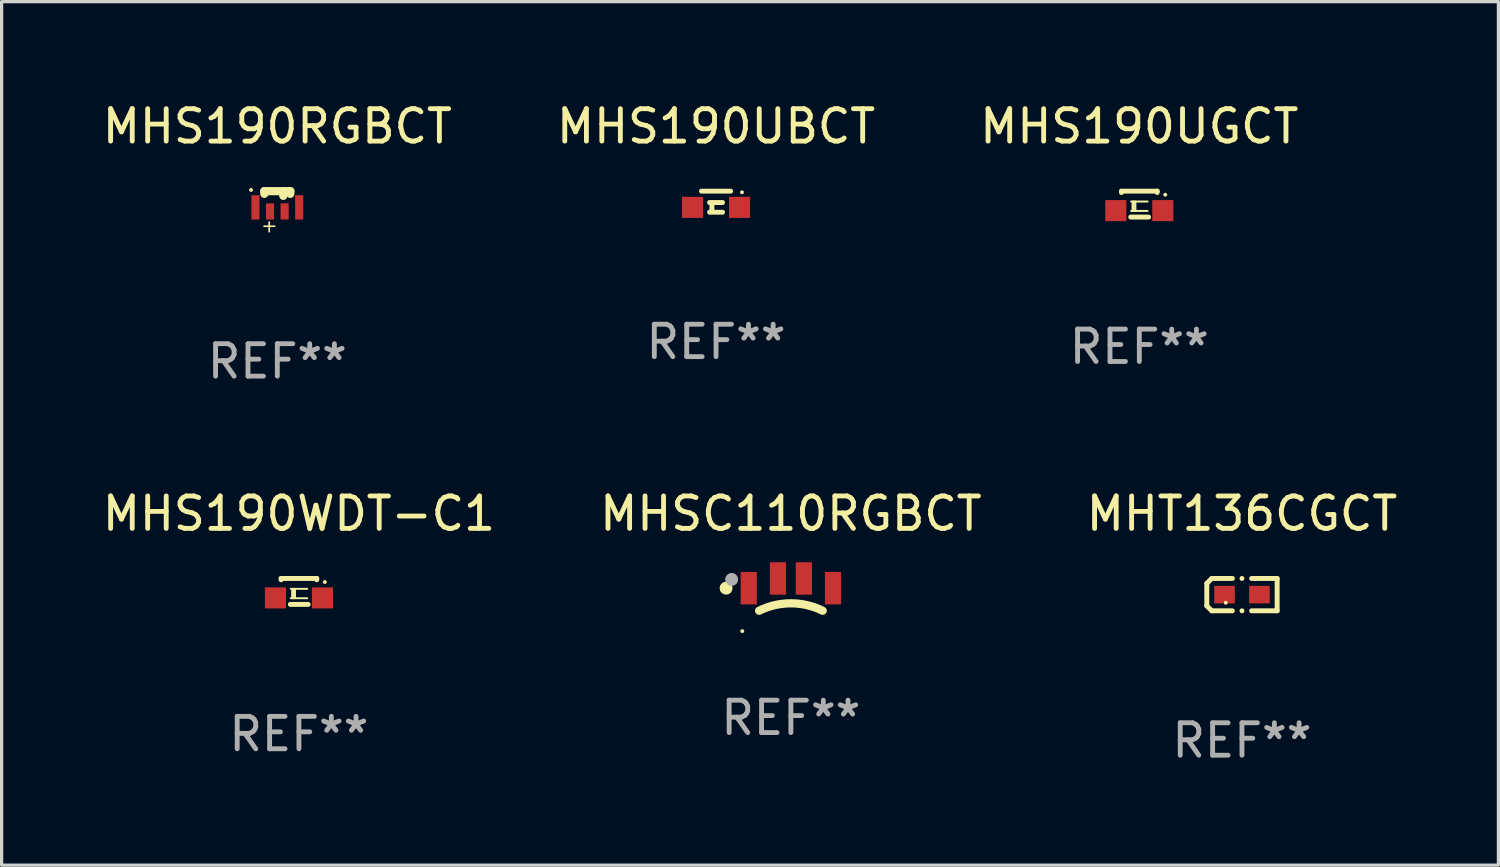
<source format=kicad_pcb>
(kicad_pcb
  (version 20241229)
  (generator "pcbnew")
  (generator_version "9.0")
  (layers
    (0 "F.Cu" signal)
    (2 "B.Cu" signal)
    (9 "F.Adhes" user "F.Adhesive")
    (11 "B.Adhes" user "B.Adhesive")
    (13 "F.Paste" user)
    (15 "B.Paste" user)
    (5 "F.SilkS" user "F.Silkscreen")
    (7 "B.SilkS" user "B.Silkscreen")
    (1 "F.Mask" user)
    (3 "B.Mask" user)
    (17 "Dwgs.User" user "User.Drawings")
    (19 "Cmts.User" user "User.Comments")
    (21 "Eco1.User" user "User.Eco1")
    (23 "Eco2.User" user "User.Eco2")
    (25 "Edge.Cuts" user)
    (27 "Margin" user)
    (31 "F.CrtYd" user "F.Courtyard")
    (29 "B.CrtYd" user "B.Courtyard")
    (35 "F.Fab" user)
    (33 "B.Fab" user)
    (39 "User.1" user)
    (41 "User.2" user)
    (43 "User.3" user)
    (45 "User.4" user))
  (footprint "MHS190WDT-C1"
    (layer "F.Cu")
    (at 6.173 15.197)
    (property "Reference" "MHS190WDT-C1" (at 0 -2.4 0) (layer "F.SilkS") (effects (font (size 1 1) (thickness 0.15))))
    (attr through_hole)
    (fp_line (start -0.55 -0.4) (end -0.55 -0.359) (stroke (width 0.152) (type solid)) (layer "F.SilkS"))
    (fp_line (start -0.55 -0.4) (end 0.55 -0.4) (stroke (width 0.152) (type solid)) (layer "F.SilkS"))
    (fp_line (start -0.265 0.4) (end 0.285 0.4) (stroke (width 0.152) (type solid)) (layer "F.SilkS"))
    (fp_line (start -0.254 -0.08) (end 0.254 -0.08) (stroke (width 0.06) (type solid)) (layer "F.SilkS"))
    (fp_line (start -0.254 0.21) (end 0.254 0.21) (stroke (width 0.06) (type solid)) (layer "F.SilkS"))
    (fp_line (start -0.209 -0.08) (end -0.209 0.209) (stroke (width 0.06) (type solid)) (layer "F.SilkS"))
    (fp_line (start -0.169 -0.08) (end -0.169 0.209) (stroke (width 0.06) (type solid)) (layer "F.SilkS"))
    (fp_line (start -0.121 -0.08) (end -0.121 0.209) (stroke (width 0.06) (type solid)) (layer "F.SilkS"))
    (fp_line (start 0.55 -0.4) (end 0.55 -0.359) (stroke (width 0.152) (type solid)) (layer "F.SilkS"))
    (fp_circle (center 0.8 -0.29) (end 0.83 -0.29) (stroke (width 0.06) (type solid)) (fill no) (layer "F.SilkS"))
    (fp_text user "REF**" (at 0 4.4 0) (layer "F.Fab") (effects (font (size 1 1) (thickness 0.15))))
    (pad "1" smd rect (at 0.725 0.2) (size 0.65 0.65) (layers "F.Cu" "F.Mask" "F.Paste"))
    (pad "2" smd rect (at -0.725 0.2) (size 0.65 0.65) (layers "F.Cu" "F.Mask" "F.Paste")))
  (footprint "MHS190UGCT"
    (layer "F.Cu")
    (at 32.101 3.248)
    (property "Reference" "MHS190UGCT" (at 0 -2.4 0) (layer "F.SilkS") (effects (font (size 1 1) (thickness 0.15))))
    (attr through_hole)
    (fp_line (start -0.55 -0.4) (end -0.55 -0.359) (stroke (width 0.152) (type solid)) (layer "F.SilkS"))
    (fp_line (start -0.55 -0.4) (end 0.55 -0.4) (stroke (width 0.152) (type solid)) (layer "F.SilkS"))
    (fp_line (start -0.265 0.4) (end 0.285 0.4) (stroke (width 0.152) (type solid)) (layer "F.SilkS"))
    (fp_line (start -0.254 -0.08) (end 0.254 -0.08) (stroke (width 0.06) (type solid)) (layer "F.SilkS"))
    (fp_line (start -0.254 0.21) (end 0.254 0.21) (stroke (width 0.06) (type solid)) (layer "F.SilkS"))
    (fp_line (start -0.209 -0.08) (end -0.209 0.209) (stroke (width 0.06) (type solid)) (layer "F.SilkS"))
    (fp_line (start -0.169 -0.08) (end -0.169 0.209) (stroke (width 0.06) (type solid)) (layer "F.SilkS"))
    (fp_line (start -0.121 -0.08) (end -0.121 0.209) (stroke (width 0.06) (type solid)) (layer "F.SilkS"))
    (fp_line (start 0.55 -0.4) (end 0.55 -0.359) (stroke (width 0.152) (type solid)) (layer "F.SilkS"))
    (fp_circle (center 0.8 -0.29) (end 0.83 -0.29) (stroke (width 0.06) (type solid)) (fill no) (layer "F.SilkS"))
    (fp_text user "REF**" (at 0 4.4 0) (layer "F.Fab") (effects (font (size 1 1) (thickness 0.15))))
    (pad "1" smd rect (at 0.725 0.2) (size 0.65 0.65) (layers "F.Cu" "F.Mask" "F.Paste"))
    (pad "2" smd rect (at -0.725 0.2) (size 0.65 0.65) (layers "F.Cu" "F.Mask" "F.Paste")))
  (footprint "MHS190RGBCT"
    (layer "F.Cu")
    (at 5.506 3.474)
    (property "Reference" "MHS190RGBCT" (at 0 -2.626 0) (layer "F.SilkS") (effects (font (size 1 1) (thickness 0.15))))
    (attr through_hole)
    (fp_line (start -0.41 0.456) (end -0.08 0.456) (stroke (width 0.051) (type solid)) (layer "F.SilkS"))
    (fp_line (start -0.4 -0.626) (end 0.4 -0.626) (stroke (width 0.254) (type solid)) (layer "F.SilkS"))
    (fp_line (start -0.4 -0.544) (end -0.4 -0.626) (stroke (width 0.254) (type solid)) (layer "F.SilkS"))
    (fp_line (start -0.25 0.326) (end -0.25 0.626) (stroke (width 0.051) (type solid)) (layer "F.SilkS"))
    (fp_line (start 0.185 -0.626) (end 0.185 -0.482) (stroke (width 0.254) (type solid)) (layer "F.SilkS"))
    (fp_line (start 0.4 -0.544) (end 0.4 -0.626) (stroke (width 0.254) (type solid)) (layer "F.SilkS"))
    (fp_circle (center -0.81 -0.664) (end -0.78 -0.664) (stroke (width 0.06) (type solid)) (fill no) (layer "F.SilkS"))
    (fp_text user "REF**" (at 0 4.626 0) (layer "F.Fab") (effects (font (size 1 1) (thickness 0.15))))
    (pad "1" smd rect (at -0.675 -0.126) (size 0.25 0.75) (layers "F.Cu" "F.Mask" "F.Paste"))
    (pad "2" smd rect (at -0.225 -0.001) (size 0.25 0.5) (layers "F.Cu" "F.Mask" "F.Paste"))
    (pad "3" smd rect (at 0.225 -0.001) (size 0.25 0.5) (layers "F.Cu" "F.Mask" "F.Paste"))
    (pad "4" smd rect (at 0.675 -0.126) (size 0.25 0.75) (layers "F.Cu" "F.Mask" "F.Paste")))
  (footprint "MHS190UBCT"
    (layer "F.Cu")
    (at 19.042 3.173)
    (property "Reference" "MHS190UBCT" (at 0 -2.325 0) (layer "F.SilkS") (effects (font (size 1 1) (thickness 0.15))))
    (attr through_hole)
    (fp_line (start -0.45 -0.325) (end 0.45 -0.325) (stroke (width 0.152) (type solid)) (layer "F.SilkS"))
    (fp_line (start -0.2 0.325) (end 0.2 0.325) (stroke (width 0.152) (type solid)) (layer "F.SilkS"))
    (fp_line (start -0.127 0.302) (end -0.127 0.048) (stroke (width 0.152) (type solid)) (layer "F.SilkS"))
    (fp_line (start 0.2 0.025) (end -0.2 0.025) (stroke (width 0.152) (type solid)) (layer "F.SilkS"))
    (fp_circle (center 0.8 -0.29) (end 0.83 -0.29) (stroke (width 0.06) (type solid)) (fill no) (layer "F.SilkS"))
    (fp_text user "REF**" (at 0 4.325 0) (layer "F.Fab") (effects (font (size 1 1) (thickness 0.15))))
    (pad "1" smd rect (at 0.725 0.175) (size 0.65 0.65) (layers "F.Cu" "F.Mask" "F.Paste"))
    (pad "2" smd rect (at -0.725 0.175) (size 0.65 0.65) (layers "F.Cu" "F.Mask" "F.Paste")))
  (footprint "MHT136CGCT"
    (layer "F.Cu")
    (at 35.268 15.296)
    (property "Reference" "MHT136CGCT" (at 0 -2.499 0) (layer "F.SilkS") (effects (font (size 1 1) (thickness 0.15))))
    (attr through_hole)
    (fp_line (start -1.085 -0.346) (end -0.933 -0.499) (stroke (width 0.152) (type solid)) (layer "F.SilkS"))
    (fp_line (start -1.085 0.346) (end -1.085 -0.346) (stroke (width 0.152) (type solid)) (layer "F.SilkS"))
    (fp_line (start -0.933 -0.499) (end -0.296 -0.499) (stroke (width 0.152) (type solid)) (layer "F.SilkS"))
    (fp_line (start -0.933 0.499) (end -1.085 0.346) (stroke (width 0.152) (type solid)) (layer "F.SilkS"))
    (fp_line (start -0.296 0.499) (end -0.933 0.499) (stroke (width 0.152) (type solid)) (layer "F.SilkS"))
    (fp_line (start 0.296 0.499) (end 1.085 0.499) (stroke (width 0.152) (type solid)) (layer "F.SilkS"))
    (fp_line (start 1.085 -0.499) (end 0.296 -0.499) (stroke (width 0.152) (type solid)) (layer "F.SilkS"))
    (fp_line (start 1.085 0.499) (end 1.085 -0.499) (stroke (width 0.152) (type solid)) (layer "F.SilkS"))
    (fp_circle (center -0.5 0.25) (end -0.47 0.25) (stroke (width 0.06) (type solid)) (fill no) (layer "F.SilkS"))
    (fp_circle (center 0 -0.499) (end 0.038 -0.499) (stroke (width 0.076) (type solid)) (fill no) (layer "F.SilkS"))
    (fp_circle (center 0 0.499) (end 0.038 0.499) (stroke (width 0.076) (type solid)) (fill no) (layer "F.SilkS"))
    (fp_text user "REF**" (at 0 4.499 0) (layer "F.Fab") (effects (font (size 1 1) (thickness 0.15))))
    (pad "1" smd rect (at -0.538 0) (size 0.636 0.54) (layers "F.Cu" "F.Mask" "F.Paste"))
    (pad "2" smd rect (at 0.538 0) (size 0.636 0.54) (layers "F.Cu" "F.Mask" "F.Paste")))
  (footprint "MHSC110RGBCT"
    (layer "F.Cu")
    (at 21.351 14.947)
    (property "Reference" "MHSC110RGBCT" (at 0 -2.15 0) (layer "F.SilkS") (effects (font (size 1 1) (thickness 0.15))))
    (attr through_hole)
    (fp_arc (start -0.980518 0.846126) (mid 0.000051 0.616679) (end 0.98062 0.846126) (stroke (width 0.254001) (type solid)) (layer "F.SilkS"))
    (fp_circle (center -2 0.15) (end -1.9 0.15) (stroke (width 0.2) (type solid)) (fill no) (layer "F.SilkS"))
    (fp_circle (center -1.5 1.475) (end -1.47 1.475) (stroke (width 0.06) (type solid)) (fill no) (layer "F.SilkS"))
    (fp_circle (center -1.827 -0.121) (end -1.727 -0.121) (stroke (width 0.2) (type solid)) (fill no) (layer "F.Fab"))
    (fp_text user "REF**" (at 0 4.15 0) (layer "F.Fab") (effects (font (size 1 1) (thickness 0.15))))
    (pad "1" smd rect (at -1.3 0.15) (size 0.5 1) (layers "F.Cu" "F.Mask" "F.Paste"))
    (pad "2" smd rect (at -0.4 -0.15) (size 0.5 1) (layers "F.Cu" "F.Mask" "F.Paste"))
    (pad "3" smd rect (at 0.4 -0.15) (size 0.5 1) (layers "F.Cu" "F.Mask" "F.Paste"))
    (pad "4" smd rect (at 1.3 0.15) (size 0.5 1) (layers "F.Cu" "F.Mask" "F.Paste")))
  (gr_rect
    (start -3 -3)
    (end 43.179 23.643)
    (stroke (width 0.1) (type default))
    (fill no)
    (layer "Edge.Cuts")))
</source>
